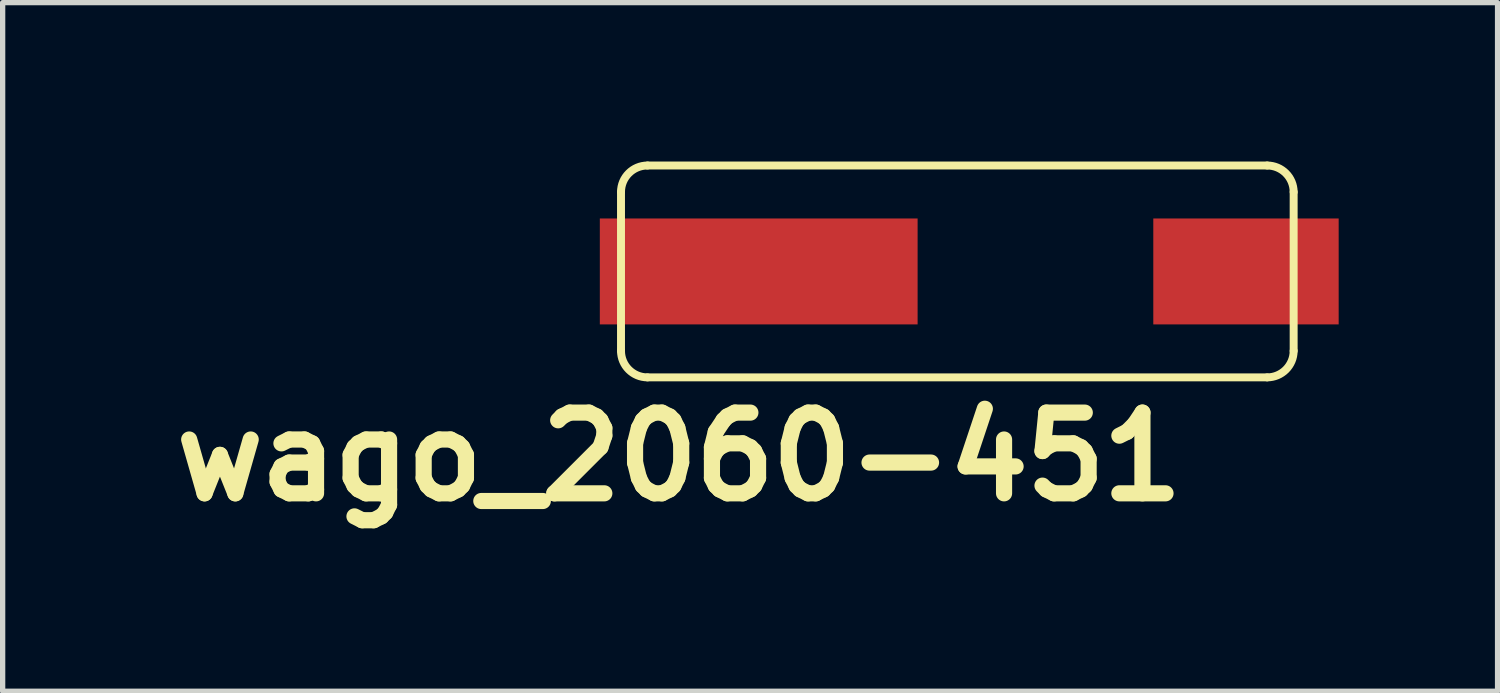
<source format=kicad_pcb>
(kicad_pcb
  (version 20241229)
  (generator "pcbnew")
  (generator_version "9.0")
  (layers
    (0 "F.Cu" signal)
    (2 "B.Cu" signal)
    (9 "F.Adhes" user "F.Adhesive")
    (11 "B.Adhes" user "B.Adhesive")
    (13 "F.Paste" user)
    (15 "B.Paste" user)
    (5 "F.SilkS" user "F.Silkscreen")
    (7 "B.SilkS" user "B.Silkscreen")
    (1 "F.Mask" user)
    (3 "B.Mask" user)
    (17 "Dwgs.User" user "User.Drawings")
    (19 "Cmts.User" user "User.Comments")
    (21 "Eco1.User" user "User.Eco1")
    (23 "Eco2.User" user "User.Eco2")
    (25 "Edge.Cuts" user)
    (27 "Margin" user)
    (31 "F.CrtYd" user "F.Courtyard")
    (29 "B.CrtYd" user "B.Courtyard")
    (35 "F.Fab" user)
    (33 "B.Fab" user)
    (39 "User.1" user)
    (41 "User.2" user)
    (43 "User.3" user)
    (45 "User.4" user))
  (footprint "wago_2060-451"
    (layer "F.Cu")
    (at 15.275 2.075)
    (property "Reference" "wago_2060-451" (at -5.5 3.5 0) (layer "F.SilkS") (effects (font (size 1.524 1.524) (thickness 0.305))))
    (attr through_hole)
    (fp_line (start -6.6 -1.5) (end -6.6 1.5) (stroke (width 0.15) (type solid)) (layer "F.SilkS"))
    (fp_line (start -6.1 -2) (end 5.6 -2) (stroke (width 0.15) (type solid)) (layer "F.SilkS"))
    (fp_line (start -6.1 2) (end 5.6 2) (stroke (width 0.15) (type solid)) (layer "F.SilkS"))
    (fp_line (start 6.1 1.5) (end 6.1 -1.5) (stroke (width 0.15) (type solid)) (layer "F.SilkS"))
    (fp_arc (start -6.6 -1.5) (mid -6.453553 -1.853553) (end -6.1 -2) (stroke (width 0.15) (type solid)) (layer "F.SilkS"))
    (fp_arc (start -6.1 2) (mid -6.453553 1.853553) (end -6.6 1.5) (stroke (width 0.15) (type solid)) (layer "F.SilkS"))
    (fp_arc (start 5.6 -2) (mid 5.953553 -1.853553) (end 6.1 -1.5) (stroke (width 0.15) (type solid)) (layer "F.SilkS"))
    (fp_arc (start 6.1 1.5) (mid 5.953553 1.853553) (end 5.6 2) (stroke (width 0.15) (type solid)) (layer "F.SilkS"))
    (pad "1" smd rect (at -4 0) (size 6 2) (layers "F.Cu" "F.Mask" "F.Paste"))
    (pad "1" smd rect (at 5.2 0) (size 3.5 2) (layers "F.Cu" "F.Mask" "F.Paste")))
  (gr_rect
    (start -3 -3)
    (end 25.225 10.001)
    (stroke (width 0.1) (type default))
    (fill no)
    (layer "Edge.Cuts")))
</source>
